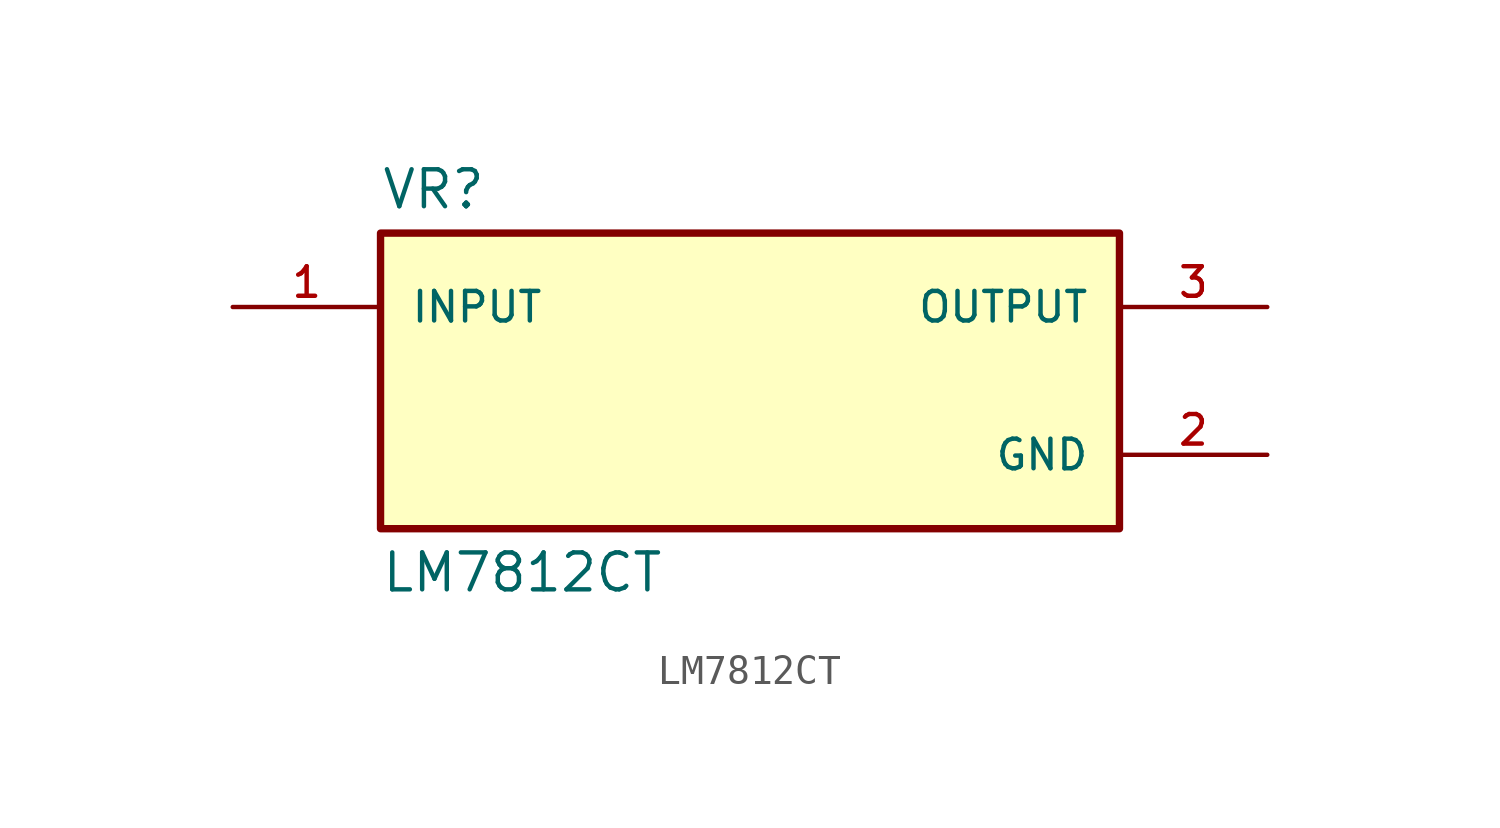
<source format=kicad_sym>
(kicad_symbol_lib
  (version 20211014)
  (generator kicad_symbol_editor)
  (symbol "LM7812CT"
    (pin_names
      (offset 1.016))
    (property "Reference" "VR"
      (at -12.7 5.842 0.0)
      (effects (font (size 1.27 1.27)) (justify bottom left)))
    (property "Value" "LM7812CT"
      (at -12.7 -5.842 0.0)
      (effects (font (size 1.27 1.27)) (justify top left)))
    (symbol "LM7812CT_0_0"
      (rectangle (start -12.7 -5.08) (end 12.7 5.08) (stroke (width 0.254)) (fill (type background)))
      (pin input line (at -17.78 2.54 0) (length 5.08) (name "INPUT" (effects (font (size 1.016 1.016)))) (number "1" (effects (font (size 1.016 1.016)))))
      (pin output line (at 17.78 2.54 180.0) (length 5.08) (name "OUTPUT" (effects (font (size 1.016 1.016)))) (number "3" (effects (font (size 1.016 1.016)))))
      (pin power_in line (at 17.78 -2.54 180.0) (length 5.08) (name "GND" (effects (font (size 1.016 1.016)))) (number "2" (effects (font (size 1.016 1.016))))))))
</source>
